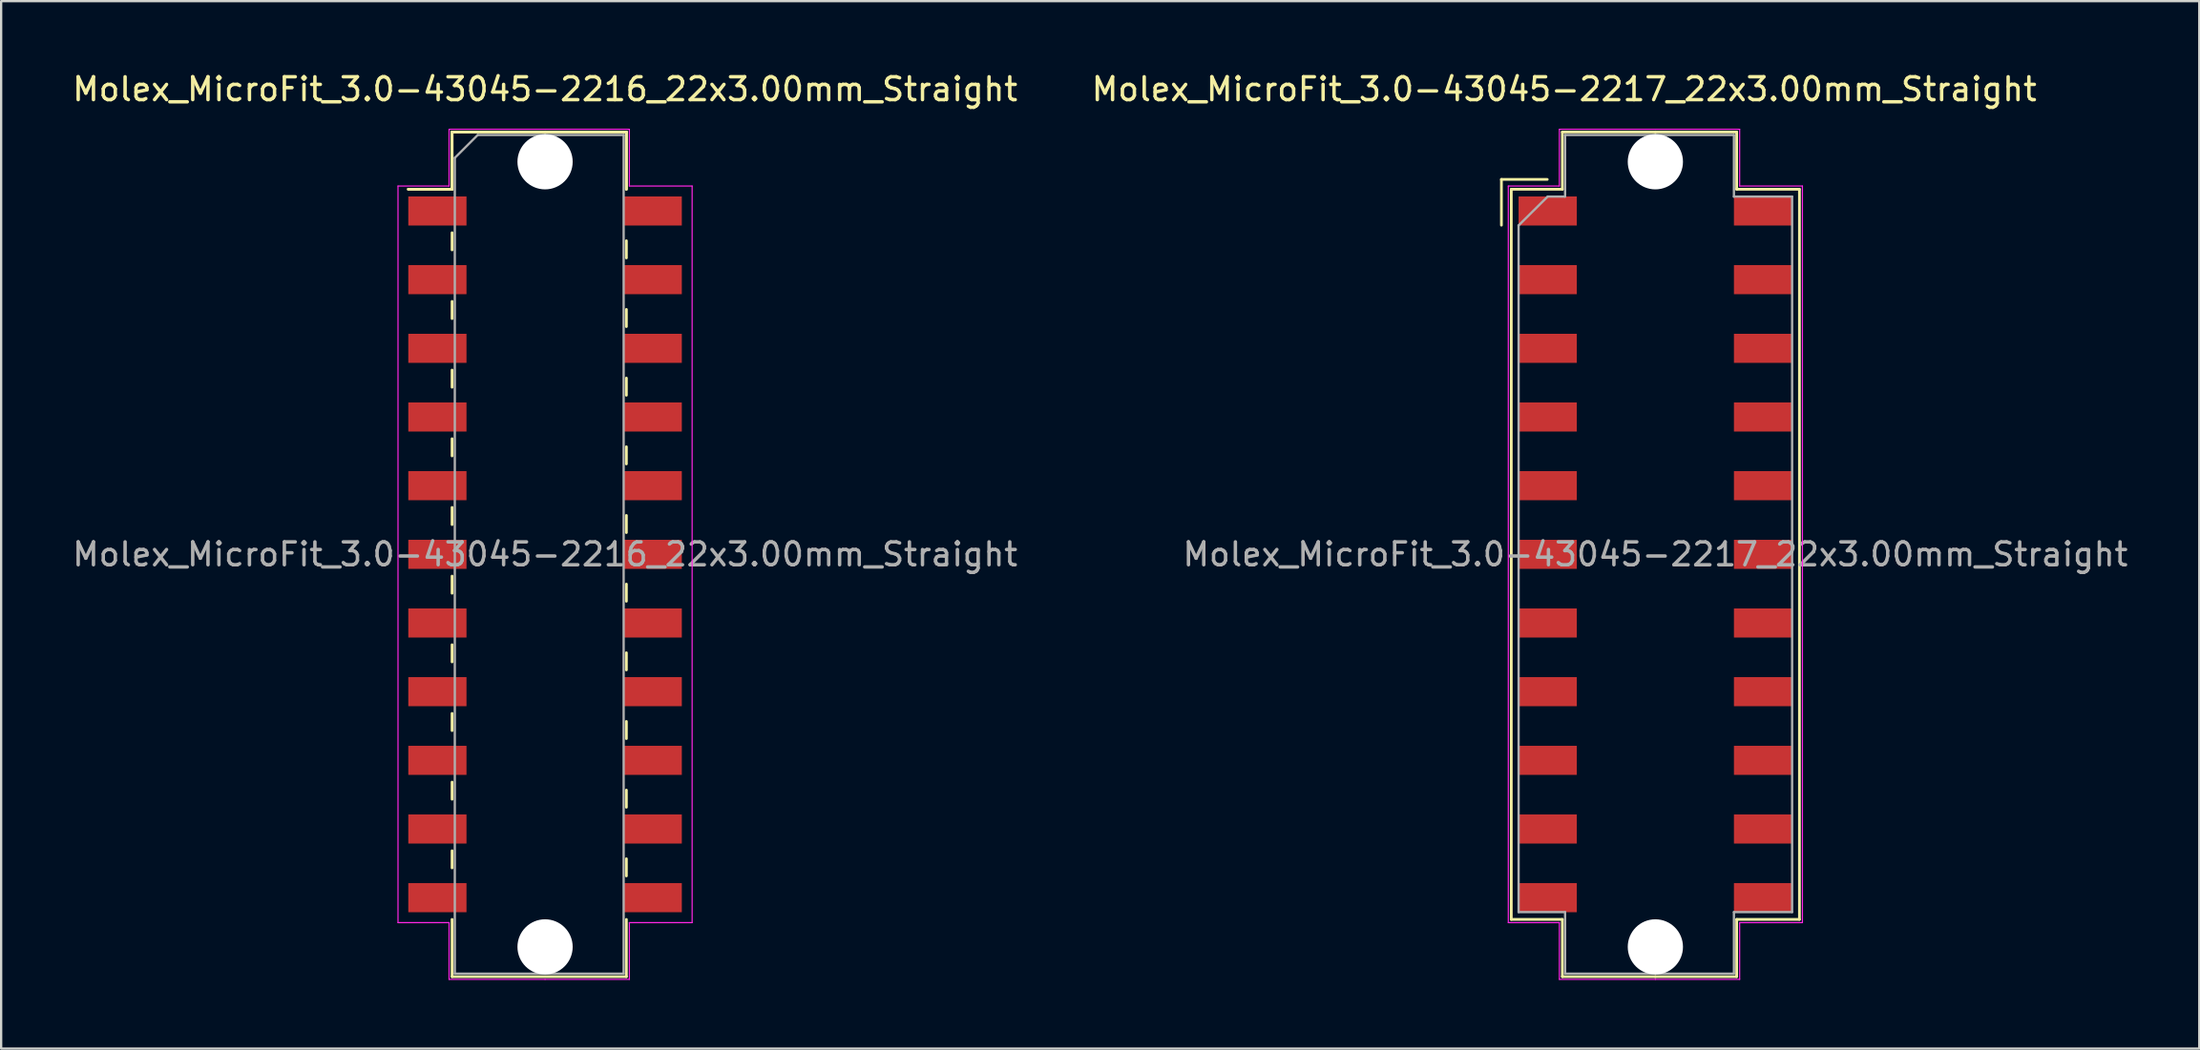
<source format=kicad_pcb>
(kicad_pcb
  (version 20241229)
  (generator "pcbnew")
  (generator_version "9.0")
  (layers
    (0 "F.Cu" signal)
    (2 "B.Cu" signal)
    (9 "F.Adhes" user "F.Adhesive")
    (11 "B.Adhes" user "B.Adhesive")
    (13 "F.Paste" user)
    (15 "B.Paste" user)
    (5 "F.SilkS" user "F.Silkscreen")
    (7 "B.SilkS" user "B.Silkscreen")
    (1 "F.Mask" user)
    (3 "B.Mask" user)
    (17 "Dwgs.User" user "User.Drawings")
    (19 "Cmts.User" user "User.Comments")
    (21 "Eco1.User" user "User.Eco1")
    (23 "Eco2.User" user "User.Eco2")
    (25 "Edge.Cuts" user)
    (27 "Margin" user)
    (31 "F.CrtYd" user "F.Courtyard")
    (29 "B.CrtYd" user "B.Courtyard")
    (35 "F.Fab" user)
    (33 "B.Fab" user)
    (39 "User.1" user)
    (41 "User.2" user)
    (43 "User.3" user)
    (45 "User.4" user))
  (footprint "Molex_MicroFit_3.0-43045-2216_22x3.00mm_Straight"
    (layer "F.Cu")
    (at 20.744 21.168)
    (property "Reference" "Molex_MicroFit_3.0-43045-2216_22x3.00mm_Straight" (at 0 -20.32 0) (layer "F.SilkS") (effects (font (size 1 1) (thickness 0.15))))
    (attr smd)
    (fp_line (start -5.97 -15.95) (end -4.06 -15.95) (stroke (width 0.12) (type solid)) (layer "F.SilkS"))
    (fp_line (start -5.97 -15.95) (end -4.06 -15.95) (stroke (width 0.12) (type solid)) (layer "F.SilkS"))
    (fp_line (start -4.06 -18.45) (end 3.55 -18.45) (stroke (width 0.12) (type solid)) (layer "F.SilkS"))
    (fp_line (start -4.06 -18.45) (end 3.55 -18.45) (stroke (width 0.12) (type solid)) (layer "F.SilkS"))
    (fp_line (start -4.06 -15.95) (end -4.06 -18.45) (stroke (width 0.12) (type solid)) (layer "F.SilkS"))
    (fp_line (start -4.06 -15.95) (end -4.06 -18.45) (stroke (width 0.12) (type solid)) (layer "F.SilkS"))
    (fp_line (start -4.06 -14.05) (end -4.06 -13.3) (stroke (width 0.12) (type solid)) (layer "F.SilkS"))
    (fp_line (start -4.06 -11.05) (end -4.06 -10.3) (stroke (width 0.12) (type solid)) (layer "F.SilkS"))
    (fp_line (start -4.06 -8.05) (end -4.06 -7.3) (stroke (width 0.12) (type solid)) (layer "F.SilkS"))
    (fp_line (start -4.06 -5.05) (end -4.06 -4.3) (stroke (width 0.12) (type solid)) (layer "F.SilkS"))
    (fp_line (start -4.06 -2.05) (end -4.06 -1.3) (stroke (width 0.12) (type solid)) (layer "F.SilkS"))
    (fp_line (start -4.06 0.95) (end -4.06 1.7) (stroke (width 0.12) (type solid)) (layer "F.SilkS"))
    (fp_line (start -4.06 3.95) (end -4.06 4.7) (stroke (width 0.12) (type solid)) (layer "F.SilkS"))
    (fp_line (start -4.06 6.95) (end -4.06 7.7) (stroke (width 0.12) (type solid)) (layer "F.SilkS"))
    (fp_line (start -4.06 9.95) (end -4.06 10.7) (stroke (width 0.12) (type solid)) (layer "F.SilkS"))
    (fp_line (start -4.06 12.95) (end -4.06 13.7) (stroke (width 0.12) (type solid)) (layer "F.SilkS"))
    (fp_line (start -4.06 18.45) (end -4.06 15.95) (stroke (width 0.12) (type solid)) (layer "F.SilkS"))
    (fp_line (start 3.55 -18.45) (end 3.55 -15.95) (stroke (width 0.12) (type solid)) (layer "F.SilkS"))
    (fp_line (start 3.55 -18.45) (end 3.55 -15.95) (stroke (width 0.12) (type solid)) (layer "F.SilkS"))
    (fp_line (start 3.55 -12.95) (end 3.55 -13.7) (stroke (width 0.12) (type solid)) (layer "F.SilkS"))
    (fp_line (start 3.55 -9.95) (end 3.55 -10.7) (stroke (width 0.12) (type solid)) (layer "F.SilkS"))
    (fp_line (start 3.55 -6.95) (end 3.55 -7.7) (stroke (width 0.12) (type solid)) (layer "F.SilkS"))
    (fp_line (start 3.55 -3.95) (end 3.55 -4.7) (stroke (width 0.12) (type solid)) (layer "F.SilkS"))
    (fp_line (start 3.55 -0.95) (end 3.55 -1.7) (stroke (width 0.12) (type solid)) (layer "F.SilkS"))
    (fp_line (start 3.55 2.05) (end 3.55 1.3) (stroke (width 0.12) (type solid)) (layer "F.SilkS"))
    (fp_line (start 3.55 5.05) (end 3.55 4.3) (stroke (width 0.12) (type solid)) (layer "F.SilkS"))
    (fp_line (start 3.55 8.05) (end 3.55 7.3) (stroke (width 0.12) (type solid)) (layer "F.SilkS"))
    (fp_line (start 3.55 11.05) (end 3.55 10.3) (stroke (width 0.12) (type solid)) (layer "F.SilkS"))
    (fp_line (start 3.55 14.05) (end 3.55 13.3) (stroke (width 0.12) (type solid)) (layer "F.SilkS"))
    (fp_line (start 3.55 15.95) (end 3.55 18.45) (stroke (width 0.12) (type solid)) (layer "F.SilkS"))
    (fp_line (start 3.55 18.45) (end -4.06 18.45) (stroke (width 0.12) (type solid)) (layer "F.SilkS"))
    (fp_line (start -6.42 -16.09) (end -4.19 -16.09) (stroke (width 0.05) (type solid)) (layer "F.CrtYd"))
    (fp_line (start -6.42 16.09) (end -6.42 -16.09) (stroke (width 0.05) (type solid)) (layer "F.CrtYd"))
    (fp_line (start -4.19 -18.57) (end 0 -18.57) (stroke (width 0.05) (type solid)) (layer "F.CrtYd"))
    (fp_line (start -4.19 -16.09) (end -4.19 -18.57) (stroke (width 0.05) (type solid)) (layer "F.CrtYd"))
    (fp_line (start -4.19 16.09) (end -6.42 16.09) (stroke (width 0.05) (type solid)) (layer "F.CrtYd"))
    (fp_line (start -4.19 18.57) (end -4.19 16.09) (stroke (width 0.05) (type solid)) (layer "F.CrtYd"))
    (fp_line (start 0 -18.57) (end 3.68 -18.57) (stroke (width 0.05) (type solid)) (layer "F.CrtYd"))
    (fp_line (start 0 18.57) (end -4.19 18.57) (stroke (width 0.05) (type solid)) (layer "F.CrtYd"))
    (fp_line (start 3.68 -18.57) (end 3.68 -16.09) (stroke (width 0.05) (type solid)) (layer "F.CrtYd"))
    (fp_line (start 3.68 -16.09) (end 6.42 -16.09) (stroke (width 0.05) (type solid)) (layer "F.CrtYd"))
    (fp_line (start 3.68 16.09) (end 3.68 18.57) (stroke (width 0.05) (type solid)) (layer "F.CrtYd"))
    (fp_line (start 3.68 18.57) (end 0 18.57) (stroke (width 0.05) (type solid)) (layer "F.CrtYd"))
    (fp_line (start 6.42 -16.09) (end 6.42 16.09) (stroke (width 0.05) (type solid)) (layer "F.CrtYd"))
    (fp_line (start 6.42 16.09) (end 3.68 16.09) (stroke (width 0.05) (type solid)) (layer "F.CrtYd"))
    (fp_line (start -3.94 -17.32) (end -2.94 -18.32) (stroke (width 0.1) (type solid)) (layer "F.Fab"))
    (fp_line (start -3.94 18.32) (end -3.94 -17.32) (stroke (width 0.1) (type solid)) (layer "F.Fab"))
    (fp_line (start -2.94 -18.32) (end 0 -18.32) (stroke (width 0.1) (type solid)) (layer "F.Fab"))
    (fp_line (start 0 -18.32) (end 3.43 -18.32) (stroke (width 0.1) (type solid)) (layer "F.Fab"))
    (fp_line (start 0 18.32) (end -3.94 18.32) (stroke (width 0.1) (type solid)) (layer "F.Fab"))
    (fp_line (start 3.43 -18.32) (end 3.43 18.32) (stroke (width 0.1) (type solid)) (layer "F.Fab"))
    (fp_line (start 3.43 18.32) (end 0 18.32) (stroke (width 0.1) (type solid)) (layer "F.Fab"))
    (fp_text user "${REFERENCE}" (at 0 0 0) (layer "F.Fab") (effects (font (size 1 1) (thickness 0.15))))
    (pad "" np_thru_hole circle (at 0 -17.15) (size 2.41 2.41) (drill 2.41) (layers "*.Cu"))
    (pad "" np_thru_hole circle (at 0 17.15) (size 2.41 2.41) (drill 2.41) (layers "*.Cu"))
    (pad "1" smd rect (at -4.7 -15) (size 2.54 1.27) (layers "F.Cu" "F.Mask" "F.Paste"))
    (pad "2" smd rect (at -4.7 -12) (size 2.54 1.27) (layers "F.Cu" "F.Mask" "F.Paste"))
    (pad "3" smd rect (at -4.7 -9) (size 2.54 1.27) (layers "F.Cu" "F.Mask" "F.Paste"))
    (pad "4" smd rect (at -4.7 -6) (size 2.54 1.27) (layers "F.Cu" "F.Mask" "F.Paste"))
    (pad "5" smd rect (at -4.7 -3) (size 2.54 1.27) (layers "F.Cu" "F.Mask" "F.Paste"))
    (pad "6" smd rect (at -4.7 0) (size 2.54 1.27) (layers "F.Cu" "F.Mask" "F.Paste"))
    (pad "7" smd rect (at -4.7 3) (size 2.54 1.27) (layers "F.Cu" "F.Mask" "F.Paste"))
    (pad "8" smd rect (at -4.7 6) (size 2.54 1.27) (layers "F.Cu" "F.Mask" "F.Paste"))
    (pad "9" smd rect (at -4.7 9) (size 2.54 1.27) (layers "F.Cu" "F.Mask" "F.Paste"))
    (pad "10" smd rect (at -4.7 12) (size 2.54 1.27) (layers "F.Cu" "F.Mask" "F.Paste"))
    (pad "11" smd rect (at -4.7 15) (size 2.54 1.27) (layers "F.Cu" "F.Mask" "F.Paste"))
    (pad "12" smd rect (at 4.7 15) (size 2.54 1.27) (layers "F.Cu" "F.Mask" "F.Paste"))
    (pad "13" smd rect (at 4.7 12) (size 2.54 1.27) (layers "F.Cu" "F.Mask" "F.Paste"))
    (pad "14" smd rect (at 4.7 9) (size 2.54 1.27) (layers "F.Cu" "F.Mask" "F.Paste"))
    (pad "15" smd rect (at 4.7 6) (size 2.54 1.27) (layers "F.Cu" "F.Mask" "F.Paste"))
    (pad "16" smd rect (at 4.7 3) (size 2.54 1.27) (layers "F.Cu" "F.Mask" "F.Paste"))
    (pad "17" smd rect (at 4.7 0) (size 2.54 1.27) (layers "F.Cu" "F.Mask" "F.Paste"))
    (pad "18" smd rect (at 4.7 -3) (size 2.54 1.27) (layers "F.Cu" "F.Mask" "F.Paste"))
    (pad "19" smd rect (at 4.7 -6) (size 2.54 1.27) (layers "F.Cu" "F.Mask" "F.Paste"))
    (pad "20" smd rect (at 4.7 -9) (size 2.54 1.27) (layers "F.Cu" "F.Mask" "F.Paste"))
    (pad "21" smd rect (at 4.7 -12) (size 2.54 1.27) (layers "F.Cu" "F.Mask" "F.Paste"))
    (pad "22" smd rect (at 4.7 -15) (size 2.54 1.27) (layers "F.Cu" "F.Mask" "F.Paste")))
  (footprint "Molex_MicroFit_3.0-43045-2217_22x3.00mm_Straight"
    (layer "F.Cu")
    (at 69.212 21.168)
    (property "Reference" "Molex_MicroFit_3.0-43045-2217_22x3.00mm_Straight" (at -3.98 -20.32 0) (layer "F.SilkS") (effects (font (size 1 1) (thickness 0.15))))
    (attr smd)
    (fp_line (start -6.72 -16.38) (end -6.72 -14.38) (stroke (width 0.12) (type solid)) (layer "F.SilkS"))
    (fp_line (start -6.29 -15.95) (end -4.06 -15.95) (stroke (width 0.12) (type solid)) (layer "F.SilkS"))
    (fp_line (start -6.29 15.95) (end -6.29 -15.95) (stroke (width 0.12) (type solid)) (layer "F.SilkS"))
    (fp_line (start -4.72 -16.38) (end -6.72 -16.38) (stroke (width 0.12) (type solid)) (layer "F.SilkS"))
    (fp_line (start -4.06 -18.45) (end 0 -18.45) (stroke (width 0.12) (type solid)) (layer "F.SilkS"))
    (fp_line (start -4.06 -15.95) (end -4.06 -18.45) (stroke (width 0.12) (type solid)) (layer "F.SilkS"))
    (fp_line (start -4.06 15.95) (end -6.29 15.95) (stroke (width 0.12) (type solid)) (layer "F.SilkS"))
    (fp_line (start -4.06 18.45) (end -4.06 15.95) (stroke (width 0.12) (type solid)) (layer "F.SilkS"))
    (fp_line (start 0 -18.45) (end 3.55 -18.45) (stroke (width 0.12) (type solid)) (layer "F.SilkS"))
    (fp_line (start 0 18.45) (end -4.06 18.45) (stroke (width 0.12) (type solid)) (layer "F.SilkS"))
    (fp_line (start 3.55 -18.45) (end 3.55 -15.95) (stroke (width 0.12) (type solid)) (layer "F.SilkS"))
    (fp_line (start 3.55 -15.95) (end 6.29 -15.95) (stroke (width 0.12) (type solid)) (layer "F.SilkS"))
    (fp_line (start 3.55 15.95) (end 3.55 18.45) (stroke (width 0.12) (type solid)) (layer "F.SilkS"))
    (fp_line (start 3.55 18.45) (end 0 18.45) (stroke (width 0.12) (type solid)) (layer "F.SilkS"))
    (fp_line (start 6.29 -15.95) (end 6.29 15.95) (stroke (width 0.12) (type solid)) (layer "F.SilkS"))
    (fp_line (start 6.29 15.95) (end 3.55 15.95) (stroke (width 0.12) (type solid)) (layer "F.SilkS"))
    (fp_line (start -6.42 -16.09) (end -4.19 -16.09) (stroke (width 0.05) (type solid)) (layer "F.CrtYd"))
    (fp_line (start -6.42 16.09) (end -6.42 -16.09) (stroke (width 0.05) (type solid)) (layer "F.CrtYd"))
    (fp_line (start -4.19 -18.57) (end 0 -18.57) (stroke (width 0.05) (type solid)) (layer "F.CrtYd"))
    (fp_line (start -4.19 -16.09) (end -4.19 -18.57) (stroke (width 0.05) (type solid)) (layer "F.CrtYd"))
    (fp_line (start -4.19 16.09) (end -6.42 16.09) (stroke (width 0.05) (type solid)) (layer "F.CrtYd"))
    (fp_line (start -4.19 18.57) (end -4.19 16.09) (stroke (width 0.05) (type solid)) (layer "F.CrtYd"))
    (fp_line (start 0 -18.57) (end 3.68 -18.57) (stroke (width 0.05) (type solid)) (layer "F.CrtYd"))
    (fp_line (start 0 18.57) (end -4.19 18.57) (stroke (width 0.05) (type solid)) (layer "F.CrtYd"))
    (fp_line (start 3.68 -18.57) (end 3.68 -16.09) (stroke (width 0.05) (type solid)) (layer "F.CrtYd"))
    (fp_line (start 3.68 -16.09) (end 6.42 -16.09) (stroke (width 0.05) (type solid)) (layer "F.CrtYd"))
    (fp_line (start 3.68 16.09) (end 3.68 18.57) (stroke (width 0.05) (type solid)) (layer "F.CrtYd"))
    (fp_line (start 3.68 18.57) (end 0 18.57) (stroke (width 0.05) (type solid)) (layer "F.CrtYd"))
    (fp_line (start 6.42 -16.09) (end 6.42 16.09) (stroke (width 0.05) (type solid)) (layer "F.CrtYd"))
    (fp_line (start 6.42 16.09) (end 3.68 16.09) (stroke (width 0.05) (type solid)) (layer "F.CrtYd"))
    (fp_line (start -5.97 -14.37) (end -4.7 -15.63) (stroke (width 0.1) (type solid)) (layer "F.Fab"))
    (fp_line (start -5.97 15.63) (end -5.97 -14.37) (stroke (width 0.1) (type solid)) (layer "F.Fab"))
    (fp_line (start -4.7 -15.63) (end -3.94 -15.63) (stroke (width 0.1) (type solid)) (layer "F.Fab"))
    (fp_line (start -3.94 -18.32) (end 0 -18.32) (stroke (width 0.1) (type solid)) (layer "F.Fab"))
    (fp_line (start -3.94 -15.63) (end -3.94 -18.32) (stroke (width 0.1) (type solid)) (layer "F.Fab"))
    (fp_line (start -3.94 15.63) (end -5.97 15.63) (stroke (width 0.1) (type solid)) (layer "F.Fab"))
    (fp_line (start -3.94 18.32) (end -3.94 15.63) (stroke (width 0.1) (type solid)) (layer "F.Fab"))
    (fp_line (start 0 -18.32) (end 3.43 -18.32) (stroke (width 0.1) (type solid)) (layer "F.Fab"))
    (fp_line (start 0 18.32) (end -3.94 18.32) (stroke (width 0.1) (type solid)) (layer "F.Fab"))
    (fp_line (start 3.43 -18.32) (end 3.43 -15.63) (stroke (width 0.1) (type solid)) (layer "F.Fab"))
    (fp_line (start 3.43 -15.63) (end 5.97 -15.63) (stroke (width 0.1) (type solid)) (layer "F.Fab"))
    (fp_line (start 3.43 15.63) (end 3.43 18.32) (stroke (width 0.1) (type solid)) (layer "F.Fab"))
    (fp_line (start 3.43 18.32) (end 0 18.32) (stroke (width 0.1) (type solid)) (layer "F.Fab"))
    (fp_line (start 5.97 -15.63) (end 5.97 15.63) (stroke (width 0.1) (type solid)) (layer "F.Fab"))
    (fp_line (start 5.97 15.63) (end 3.43 15.63) (stroke (width 0.1) (type solid)) (layer "F.Fab"))
    (fp_text user "${REFERENCE}" (at 0 0 0) (layer "F.Fab") (effects (font (size 1 1) (thickness 0.15))))
    (pad "" np_thru_hole circle (at 0 -17.15) (size 2.41 2.41) (drill 2.41) (layers "*.Cu"))
    (pad "" np_thru_hole circle (at 0 17.15) (size 2.41 2.41) (drill 2.41) (layers "*.Cu"))
    (pad "1" smd rect (at -4.7 -15) (size 2.54 1.27) (layers "F.Cu" "F.Mask" "F.Paste"))
    (pad "2" smd rect (at -4.7 -12) (size 2.54 1.27) (layers "F.Cu" "F.Mask" "F.Paste"))
    (pad "3" smd rect (at -4.7 -9) (size 2.54 1.27) (layers "F.Cu" "F.Mask" "F.Paste"))
    (pad "4" smd rect (at -4.7 -6) (size 2.54 1.27) (layers "F.Cu" "F.Mask" "F.Paste"))
    (pad "5" smd rect (at -4.7 -3) (size 2.54 1.27) (layers "F.Cu" "F.Mask" "F.Paste"))
    (pad "6" smd rect (at -4.7 0) (size 2.54 1.27) (layers "F.Cu" "F.Mask" "F.Paste"))
    (pad "7" smd rect (at -4.7 3) (size 2.54 1.27) (layers "F.Cu" "F.Mask" "F.Paste"))
    (pad "8" smd rect (at -4.7 6) (size 2.54 1.27) (layers "F.Cu" "F.Mask" "F.Paste"))
    (pad "9" smd rect (at -4.7 9) (size 2.54 1.27) (layers "F.Cu" "F.Mask" "F.Paste"))
    (pad "10" smd rect (at -4.7 12) (size 2.54 1.27) (layers "F.Cu" "F.Mask" "F.Paste"))
    (pad "11" smd rect (at -4.7 15) (size 2.54 1.27) (layers "F.Cu" "F.Mask" "F.Paste"))
    (pad "12" smd rect (at 4.7 15) (size 2.54 1.27) (layers "F.Cu" "F.Mask" "F.Paste"))
    (pad "13" smd rect (at 4.7 12) (size 2.54 1.27) (layers "F.Cu" "F.Mask" "F.Paste"))
    (pad "14" smd rect (at 4.7 9) (size 2.54 1.27) (layers "F.Cu" "F.Mask" "F.Paste"))
    (pad "15" smd rect (at 4.7 6) (size 2.54 1.27) (layers "F.Cu" "F.Mask" "F.Paste"))
    (pad "16" smd rect (at 4.7 3) (size 2.54 1.27) (layers "F.Cu" "F.Mask" "F.Paste"))
    (pad "17" smd rect (at 4.7 0) (size 2.54 1.27) (layers "F.Cu" "F.Mask" "F.Paste"))
    (pad "18" smd rect (at 4.7 -3) (size 2.54 1.27) (layers "F.Cu" "F.Mask" "F.Paste"))
    (pad "19" smd rect (at 4.7 -6) (size 2.54 1.27) (layers "F.Cu" "F.Mask" "F.Paste"))
    (pad "20" smd rect (at 4.7 -9) (size 2.54 1.27) (layers "F.Cu" "F.Mask" "F.Paste"))
    (pad "21" smd rect (at 4.7 -12) (size 2.54 1.27) (layers "F.Cu" "F.Mask" "F.Paste"))
    (pad "22" smd rect (at 4.7 -15) (size 2.54 1.27) (layers "F.Cu" "F.Mask" "F.Paste")))
  (gr_rect
    (start -3 -3)
    (end 92.956 42.763)
    (stroke (width 0.1) (type default))
    (fill no)
    (layer "Edge.Cuts")))
</source>
